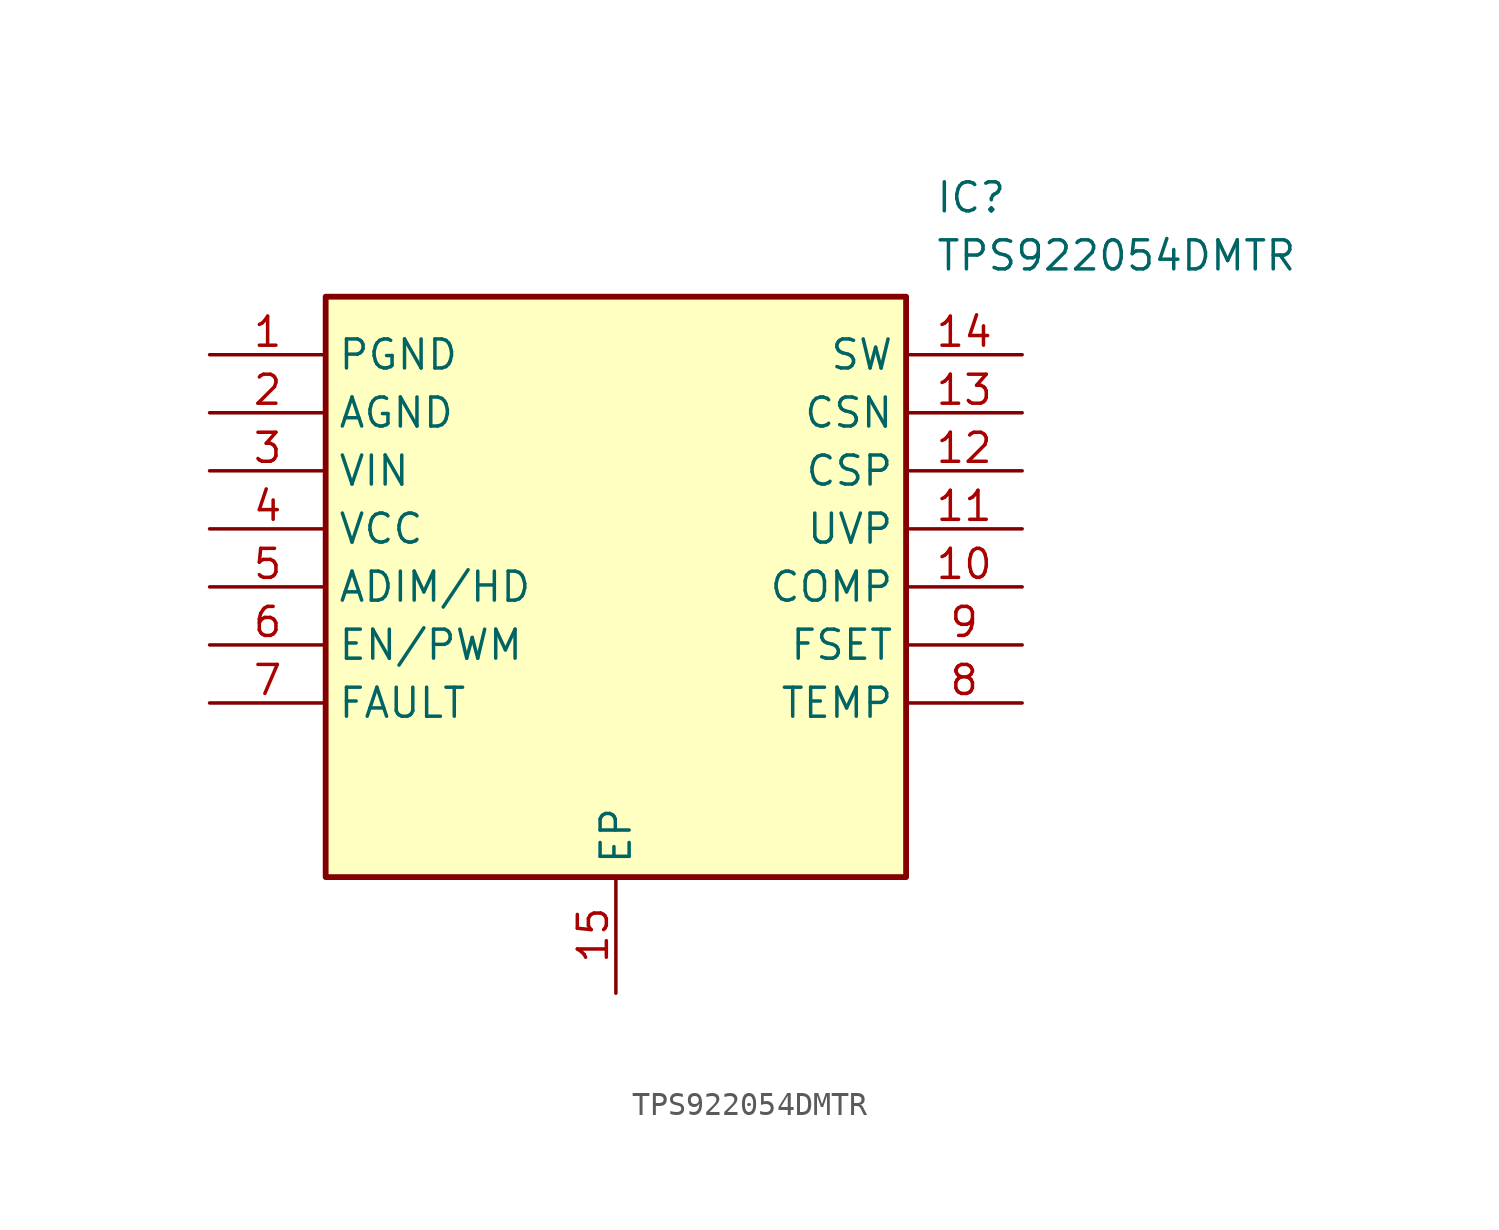
<source format=kicad_sym>
(kicad_symbol_lib
  (version 20211014)
  (generator SamacSys_ECAD_Model)
  (symbol "TPS922054DMTR"
    (property "Reference" "IC"
      (at 31.75 7.62 0)
      (effects (font (size 1.27 1.27)) (justify left top)))
    (property "Value" "TPS922054DMTR"
      (at 31.75 5.08 0)
      (effects (font (size 1.27 1.27)) (justify left top)))
    (rectangle
      (start 5.08 2.54)
      (end 30.48 -22.86)
      (stroke (width 0.254) (type default))
      (fill (type background)))
    (pin passive line
      (at 0 0 0)
      (length 5.08)
      (name "PGND" (effects (font (size 1.27 1.27))))
      (number "1" (effects (font (size 1.27 1.27)))))
    (pin passive line
      (at 0 -2.54 0)
      (length 5.08)
      (name "AGND" (effects (font (size 1.27 1.27))))
      (number "2" (effects (font (size 1.27 1.27)))))
    (pin passive line
      (at 0 -5.08 0)
      (length 5.08)
      (name "VIN" (effects (font (size 1.27 1.27))))
      (number "3" (effects (font (size 1.27 1.27)))))
    (pin passive line
      (at 0 -7.62 0)
      (length 5.08)
      (name "VCC" (effects (font (size 1.27 1.27))))
      (number "4" (effects (font (size 1.27 1.27)))))
    (pin passive line
      (at 0 -10.16 0)
      (length 5.08)
      (name "ADIM/HD" (effects (font (size 1.27 1.27))))
      (number "5" (effects (font (size 1.27 1.27)))))
    (pin passive line
      (at 0 -12.7 0)
      (length 5.08)
      (name "EN/PWM" (effects (font (size 1.27 1.27))))
      (number "6" (effects (font (size 1.27 1.27)))))
    (pin passive line
      (at 0 -15.24 0)
      (length 5.08)
      (name "FAULT" (effects (font (size 1.27 1.27))))
      (number "7" (effects (font (size 1.27 1.27)))))
    (pin passive line
      (at 17.78 -27.94 90)
      (length 5.08)
      (name "EP" (effects (font (size 1.27 1.27))))
      (number "15" (effects (font (size 1.27 1.27)))))
    (pin passive line
      (at 35.56 0 180)
      (length 5.08)
      (name "SW" (effects (font (size 1.27 1.27))))
      (number "14" (effects (font (size 1.27 1.27)))))
    (pin passive line
      (at 35.56 -2.54 180)
      (length 5.08)
      (name "CSN" (effects (font (size 1.27 1.27))))
      (number "13" (effects (font (size 1.27 1.27)))))
    (pin passive line
      (at 35.56 -5.08 180)
      (length 5.08)
      (name "CSP" (effects (font (size 1.27 1.27))))
      (number "12" (effects (font (size 1.27 1.27)))))
    (pin passive line
      (at 35.56 -7.62 180)
      (length 5.08)
      (name "UVP" (effects (font (size 1.27 1.27))))
      (number "11" (effects (font (size 1.27 1.27)))))
    (pin passive line
      (at 35.56 -10.16 180)
      (length 5.08)
      (name "COMP" (effects (font (size 1.27 1.27))))
      (number "10" (effects (font (size 1.27 1.27)))))
    (pin passive line
      (at 35.56 -12.7 180)
      (length 5.08)
      (name "FSET" (effects (font (size 1.27 1.27))))
      (number "9" (effects (font (size 1.27 1.27)))))
    (pin passive line
      (at 35.56 -15.24 180)
      (length 5.08)
      (name "TEMP" (effects (font (size 1.27 1.27))))
      (number "8" (effects (font (size 1.27 1.27)))))))
</source>
